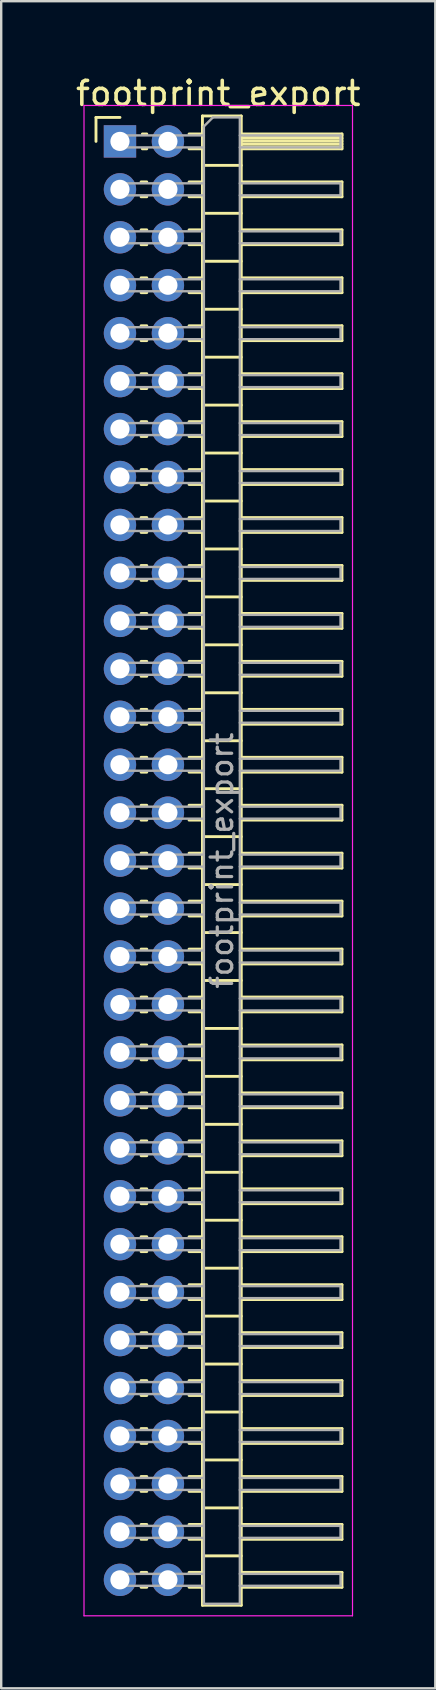
<source format=kicad_pcb>
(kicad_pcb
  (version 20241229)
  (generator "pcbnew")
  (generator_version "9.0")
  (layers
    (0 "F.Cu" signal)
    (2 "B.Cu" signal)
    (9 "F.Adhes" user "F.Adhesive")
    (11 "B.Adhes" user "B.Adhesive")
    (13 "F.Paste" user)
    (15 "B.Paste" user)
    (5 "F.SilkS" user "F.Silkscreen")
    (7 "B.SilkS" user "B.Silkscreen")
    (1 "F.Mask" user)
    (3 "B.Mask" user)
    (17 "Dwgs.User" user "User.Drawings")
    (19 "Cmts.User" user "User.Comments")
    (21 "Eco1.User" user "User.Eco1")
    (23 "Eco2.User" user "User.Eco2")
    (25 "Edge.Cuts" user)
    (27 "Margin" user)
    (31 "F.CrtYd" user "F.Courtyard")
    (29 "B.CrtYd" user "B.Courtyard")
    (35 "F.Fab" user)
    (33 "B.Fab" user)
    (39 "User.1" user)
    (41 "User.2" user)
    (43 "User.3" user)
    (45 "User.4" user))
  (footprint "footprint_export"
    (layer "F.Cu")
    (at 1.954 2.848)
    (property "Reference" "footprint_export" (at 4.1 -2 0) (layer "F.SilkS") (effects (font (size 1 1) (thickness 0.15))))
    (attr through_hole)
    (fp_line (start -1 -1) (end 0 -1) (stroke (width 0.12) (type solid)) (layer "F.SilkS"))
    (fp_line (start -1 0) (end -1 -1) (stroke (width 0.12) (type solid)) (layer "F.SilkS"))
    (fp_line (start 0.882 1.69) (end 1.118 1.69) (stroke (width 0.12) (type solid)) (layer "F.SilkS"))
    (fp_line (start 0.882 2.31) (end 1.118 2.31) (stroke (width 0.12) (type solid)) (layer "F.SilkS"))
    (fp_line (start 0.882 3.69) (end 1.118 3.69) (stroke (width 0.12) (type solid)) (layer "F.SilkS"))
    (fp_line (start 0.882 4.31) (end 1.118 4.31) (stroke (width 0.12) (type solid)) (layer "F.SilkS"))
    (fp_line (start 0.882 5.69) (end 1.118 5.69) (stroke (width 0.12) (type solid)) (layer "F.SilkS"))
    (fp_line (start 0.882 6.31) (end 1.118 6.31) (stroke (width 0.12) (type solid)) (layer "F.SilkS"))
    (fp_line (start 0.882 7.69) (end 1.118 7.69) (stroke (width 0.12) (type solid)) (layer "F.SilkS"))
    (fp_line (start 0.882 8.31) (end 1.118 8.31) (stroke (width 0.12) (type solid)) (layer "F.SilkS"))
    (fp_line (start 0.882 9.69) (end 1.118 9.69) (stroke (width 0.12) (type solid)) (layer "F.SilkS"))
    (fp_line (start 0.882 10.31) (end 1.118 10.31) (stroke (width 0.12) (type solid)) (layer "F.SilkS"))
    (fp_line (start 0.882 11.69) (end 1.118 11.69) (stroke (width 0.12) (type solid)) (layer "F.SilkS"))
    (fp_line (start 0.882 12.31) (end 1.118 12.31) (stroke (width 0.12) (type solid)) (layer "F.SilkS"))
    (fp_line (start 0.882 13.69) (end 1.118 13.69) (stroke (width 0.12) (type solid)) (layer "F.SilkS"))
    (fp_line (start 0.882 14.31) (end 1.118 14.31) (stroke (width 0.12) (type solid)) (layer "F.SilkS"))
    (fp_line (start 0.882 15.69) (end 1.118 15.69) (stroke (width 0.12) (type solid)) (layer "F.SilkS"))
    (fp_line (start 0.882 16.31) (end 1.118 16.31) (stroke (width 0.12) (type solid)) (layer "F.SilkS"))
    (fp_line (start 0.882 17.69) (end 1.118 17.69) (stroke (width 0.12) (type solid)) (layer "F.SilkS"))
    (fp_line (start 0.882 18.31) (end 1.118 18.31) (stroke (width 0.12) (type solid)) (layer "F.SilkS"))
    (fp_line (start 0.882 19.69) (end 1.118 19.69) (stroke (width 0.12) (type solid)) (layer "F.SilkS"))
    (fp_line (start 0.882 20.31) (end 1.118 20.31) (stroke (width 0.12) (type solid)) (layer "F.SilkS"))
    (fp_line (start 0.882 21.69) (end 1.118 21.69) (stroke (width 0.12) (type solid)) (layer "F.SilkS"))
    (fp_line (start 0.882 22.31) (end 1.118 22.31) (stroke (width 0.12) (type solid)) (layer "F.SilkS"))
    (fp_line (start 0.882 23.69) (end 1.118 23.69) (stroke (width 0.12) (type solid)) (layer "F.SilkS"))
    (fp_line (start 0.882 24.31) (end 1.118 24.31) (stroke (width 0.12) (type solid)) (layer "F.SilkS"))
    (fp_line (start 0.882 25.69) (end 1.118 25.69) (stroke (width 0.12) (type solid)) (layer "F.SilkS"))
    (fp_line (start 0.882 26.31) (end 1.118 26.31) (stroke (width 0.12) (type solid)) (layer "F.SilkS"))
    (fp_line (start 0.882 27.69) (end 1.118 27.69) (stroke (width 0.12) (type solid)) (layer "F.SilkS"))
    (fp_line (start 0.882 28.31) (end 1.118 28.31) (stroke (width 0.12) (type solid)) (layer "F.SilkS"))
    (fp_line (start 0.882 29.69) (end 1.118 29.69) (stroke (width 0.12) (type solid)) (layer "F.SilkS"))
    (fp_line (start 0.882 30.31) (end 1.118 30.31) (stroke (width 0.12) (type solid)) (layer "F.SilkS"))
    (fp_line (start 0.882 31.69) (end 1.118 31.69) (stroke (width 0.12) (type solid)) (layer "F.SilkS"))
    (fp_line (start 0.882 32.31) (end 1.118 32.31) (stroke (width 0.12) (type solid)) (layer "F.SilkS"))
    (fp_line (start 0.882 33.69) (end 1.118 33.69) (stroke (width 0.12) (type solid)) (layer "F.SilkS"))
    (fp_line (start 0.882 34.31) (end 1.118 34.31) (stroke (width 0.12) (type solid)) (layer "F.SilkS"))
    (fp_line (start 0.882 35.69) (end 1.118 35.69) (stroke (width 0.12) (type solid)) (layer "F.SilkS"))
    (fp_line (start 0.882 36.31) (end 1.118 36.31) (stroke (width 0.12) (type solid)) (layer "F.SilkS"))
    (fp_line (start 0.882 37.69) (end 1.118 37.69) (stroke (width 0.12) (type solid)) (layer "F.SilkS"))
    (fp_line (start 0.882 38.31) (end 1.118 38.31) (stroke (width 0.12) (type solid)) (layer "F.SilkS"))
    (fp_line (start 0.882 39.69) (end 1.118 39.69) (stroke (width 0.12) (type solid)) (layer "F.SilkS"))
    (fp_line (start 0.882 40.31) (end 1.118 40.31) (stroke (width 0.12) (type solid)) (layer "F.SilkS"))
    (fp_line (start 0.882 41.69) (end 1.118 41.69) (stroke (width 0.12) (type solid)) (layer "F.SilkS"))
    (fp_line (start 0.882 42.31) (end 1.118 42.31) (stroke (width 0.12) (type solid)) (layer "F.SilkS"))
    (fp_line (start 0.882 43.69) (end 1.118 43.69) (stroke (width 0.12) (type solid)) (layer "F.SilkS"))
    (fp_line (start 0.882 44.31) (end 1.118 44.31) (stroke (width 0.12) (type solid)) (layer "F.SilkS"))
    (fp_line (start 0.882 45.69) (end 1.118 45.69) (stroke (width 0.12) (type solid)) (layer "F.SilkS"))
    (fp_line (start 0.882 46.31) (end 1.118 46.31) (stroke (width 0.12) (type solid)) (layer "F.SilkS"))
    (fp_line (start 0.882 47.69) (end 1.118 47.69) (stroke (width 0.12) (type solid)) (layer "F.SilkS"))
    (fp_line (start 0.882 48.31) (end 1.118 48.31) (stroke (width 0.12) (type solid)) (layer "F.SilkS"))
    (fp_line (start 0.882 49.69) (end 1.118 49.69) (stroke (width 0.12) (type solid)) (layer "F.SilkS"))
    (fp_line (start 0.882 50.31) (end 1.118 50.31) (stroke (width 0.12) (type solid)) (layer "F.SilkS"))
    (fp_line (start 0.882 51.69) (end 1.118 51.69) (stroke (width 0.12) (type solid)) (layer "F.SilkS"))
    (fp_line (start 0.882 52.31) (end 1.118 52.31) (stroke (width 0.12) (type solid)) (layer "F.SilkS"))
    (fp_line (start 0.882 53.69) (end 1.118 53.69) (stroke (width 0.12) (type solid)) (layer "F.SilkS"))
    (fp_line (start 0.882 54.31) (end 1.118 54.31) (stroke (width 0.12) (type solid)) (layer "F.SilkS"))
    (fp_line (start 0.882 55.69) (end 1.118 55.69) (stroke (width 0.12) (type solid)) (layer "F.SilkS"))
    (fp_line (start 0.882 56.31) (end 1.118 56.31) (stroke (width 0.12) (type solid)) (layer "F.SilkS"))
    (fp_line (start 0.882 57.69) (end 1.118 57.69) (stroke (width 0.12) (type solid)) (layer "F.SilkS"))
    (fp_line (start 0.882 58.31) (end 1.118 58.31) (stroke (width 0.12) (type solid)) (layer "F.SilkS"))
    (fp_line (start 0.882 59.69) (end 1.118 59.69) (stroke (width 0.12) (type solid)) (layer "F.SilkS"))
    (fp_line (start 0.882 60.31) (end 1.118 60.31) (stroke (width 0.12) (type solid)) (layer "F.SilkS"))
    (fp_line (start 0.935 -0.31) (end 1.118 -0.31) (stroke (width 0.12) (type solid)) (layer "F.SilkS"))
    (fp_line (start 0.935 0.31) (end 1.118 0.31) (stroke (width 0.12) (type solid)) (layer "F.SilkS"))
    (fp_line (start 2.882 -0.31) (end 3.44 -0.31) (stroke (width 0.12) (type solid)) (layer "F.SilkS"))
    (fp_line (start 2.882 0.31) (end 3.44 0.31) (stroke (width 0.12) (type solid)) (layer "F.SilkS"))
    (fp_line (start 2.882 1.69) (end 3.44 1.69) (stroke (width 0.12) (type solid)) (layer "F.SilkS"))
    (fp_line (start 2.882 2.31) (end 3.44 2.31) (stroke (width 0.12) (type solid)) (layer "F.SilkS"))
    (fp_line (start 2.882 3.69) (end 3.44 3.69) (stroke (width 0.12) (type solid)) (layer "F.SilkS"))
    (fp_line (start 2.882 4.31) (end 3.44 4.31) (stroke (width 0.12) (type solid)) (layer "F.SilkS"))
    (fp_line (start 2.882 5.69) (end 3.44 5.69) (stroke (width 0.12) (type solid)) (layer "F.SilkS"))
    (fp_line (start 2.882 6.31) (end 3.44 6.31) (stroke (width 0.12) (type solid)) (layer "F.SilkS"))
    (fp_line (start 2.882 7.69) (end 3.44 7.69) (stroke (width 0.12) (type solid)) (layer "F.SilkS"))
    (fp_line (start 2.882 8.31) (end 3.44 8.31) (stroke (width 0.12) (type solid)) (layer "F.SilkS"))
    (fp_line (start 2.882 9.69) (end 3.44 9.69) (stroke (width 0.12) (type solid)) (layer "F.SilkS"))
    (fp_line (start 2.882 10.31) (end 3.44 10.31) (stroke (width 0.12) (type solid)) (layer "F.SilkS"))
    (fp_line (start 2.882 11.69) (end 3.44 11.69) (stroke (width 0.12) (type solid)) (layer "F.SilkS"))
    (fp_line (start 2.882 12.31) (end 3.44 12.31) (stroke (width 0.12) (type solid)) (layer "F.SilkS"))
    (fp_line (start 2.882 13.69) (end 3.44 13.69) (stroke (width 0.12) (type solid)) (layer "F.SilkS"))
    (fp_line (start 2.882 14.31) (end 3.44 14.31) (stroke (width 0.12) (type solid)) (layer "F.SilkS"))
    (fp_line (start 2.882 15.69) (end 3.44 15.69) (stroke (width 0.12) (type solid)) (layer "F.SilkS"))
    (fp_line (start 2.882 16.31) (end 3.44 16.31) (stroke (width 0.12) (type solid)) (layer "F.SilkS"))
    (fp_line (start 2.882 17.69) (end 3.44 17.69) (stroke (width 0.12) (type solid)) (layer "F.SilkS"))
    (fp_line (start 2.882 18.31) (end 3.44 18.31) (stroke (width 0.12) (type solid)) (layer "F.SilkS"))
    (fp_line (start 2.882 19.69) (end 3.44 19.69) (stroke (width 0.12) (type solid)) (layer "F.SilkS"))
    (fp_line (start 2.882 20.31) (end 3.44 20.31) (stroke (width 0.12) (type solid)) (layer "F.SilkS"))
    (fp_line (start 2.882 21.69) (end 3.44 21.69) (stroke (width 0.12) (type solid)) (layer "F.SilkS"))
    (fp_line (start 2.882 22.31) (end 3.44 22.31) (stroke (width 0.12) (type solid)) (layer "F.SilkS"))
    (fp_line (start 2.882 23.69) (end 3.44 23.69) (stroke (width 0.12) (type solid)) (layer "F.SilkS"))
    (fp_line (start 2.882 24.31) (end 3.44 24.31) (stroke (width 0.12) (type solid)) (layer "F.SilkS"))
    (fp_line (start 2.882 25.69) (end 3.44 25.69) (stroke (width 0.12) (type solid)) (layer "F.SilkS"))
    (fp_line (start 2.882 26.31) (end 3.44 26.31) (stroke (width 0.12) (type solid)) (layer "F.SilkS"))
    (fp_line (start 2.882 27.69) (end 3.44 27.69) (stroke (width 0.12) (type solid)) (layer "F.SilkS"))
    (fp_line (start 2.882 28.31) (end 3.44 28.31) (stroke (width 0.12) (type solid)) (layer "F.SilkS"))
    (fp_line (start 2.882 29.69) (end 3.44 29.69) (stroke (width 0.12) (type solid)) (layer "F.SilkS"))
    (fp_line (start 2.882 30.31) (end 3.44 30.31) (stroke (width 0.12) (type solid)) (layer "F.SilkS"))
    (fp_line (start 2.882 31.69) (end 3.44 31.69) (stroke (width 0.12) (type solid)) (layer "F.SilkS"))
    (fp_line (start 2.882 32.31) (end 3.44 32.31) (stroke (width 0.12) (type solid)) (layer "F.SilkS"))
    (fp_line (start 2.882 33.69) (end 3.44 33.69) (stroke (width 0.12) (type solid)) (layer "F.SilkS"))
    (fp_line (start 2.882 34.31) (end 3.44 34.31) (stroke (width 0.12) (type solid)) (layer "F.SilkS"))
    (fp_line (start 2.882 35.69) (end 3.44 35.69) (stroke (width 0.12) (type solid)) (layer "F.SilkS"))
    (fp_line (start 2.882 36.31) (end 3.44 36.31) (stroke (width 0.12) (type solid)) (layer "F.SilkS"))
    (fp_line (start 2.882 37.69) (end 3.44 37.69) (stroke (width 0.12) (type solid)) (layer "F.SilkS"))
    (fp_line (start 2.882 38.31) (end 3.44 38.31) (stroke (width 0.12) (type solid)) (layer "F.SilkS"))
    (fp_line (start 2.882 39.69) (end 3.44 39.69) (stroke (width 0.12) (type solid)) (layer "F.SilkS"))
    (fp_line (start 2.882 40.31) (end 3.44 40.31) (stroke (width 0.12) (type solid)) (layer "F.SilkS"))
    (fp_line (start 2.882 41.69) (end 3.44 41.69) (stroke (width 0.12) (type solid)) (layer "F.SilkS"))
    (fp_line (start 2.882 42.31) (end 3.44 42.31) (stroke (width 0.12) (type solid)) (layer "F.SilkS"))
    (fp_line (start 2.882 43.69) (end 3.44 43.69) (stroke (width 0.12) (type solid)) (layer "F.SilkS"))
    (fp_line (start 2.882 44.31) (end 3.44 44.31) (stroke (width 0.12) (type solid)) (layer "F.SilkS"))
    (fp_line (start 2.882 45.69) (end 3.44 45.69) (stroke (width 0.12) (type solid)) (layer "F.SilkS"))
    (fp_line (start 2.882 46.31) (end 3.44 46.31) (stroke (width 0.12) (type solid)) (layer "F.SilkS"))
    (fp_line (start 2.882 47.69) (end 3.44 47.69) (stroke (width 0.12) (type solid)) (layer "F.SilkS"))
    (fp_line (start 2.882 48.31) (end 3.44 48.31) (stroke (width 0.12) (type solid)) (layer "F.SilkS"))
    (fp_line (start 2.882 49.69) (end 3.44 49.69) (stroke (width 0.12) (type solid)) (layer "F.SilkS"))
    (fp_line (start 2.882 50.31) (end 3.44 50.31) (stroke (width 0.12) (type solid)) (layer "F.SilkS"))
    (fp_line (start 2.882 51.69) (end 3.44 51.69) (stroke (width 0.12) (type solid)) (layer "F.SilkS"))
    (fp_line (start 2.882 52.31) (end 3.44 52.31) (stroke (width 0.12) (type solid)) (layer "F.SilkS"))
    (fp_line (start 2.882 53.69) (end 3.44 53.69) (stroke (width 0.12) (type solid)) (layer "F.SilkS"))
    (fp_line (start 2.882 54.31) (end 3.44 54.31) (stroke (width 0.12) (type solid)) (layer "F.SilkS"))
    (fp_line (start 2.882 55.69) (end 3.44 55.69) (stroke (width 0.12) (type solid)) (layer "F.SilkS"))
    (fp_line (start 2.882 56.31) (end 3.44 56.31) (stroke (width 0.12) (type solid)) (layer "F.SilkS"))
    (fp_line (start 2.882 57.69) (end 3.44 57.69) (stroke (width 0.12) (type solid)) (layer "F.SilkS"))
    (fp_line (start 2.882 58.31) (end 3.44 58.31) (stroke (width 0.12) (type solid)) (layer "F.SilkS"))
    (fp_line (start 2.882 59.69) (end 3.44 59.69) (stroke (width 0.12) (type solid)) (layer "F.SilkS"))
    (fp_line (start 2.882 60.31) (end 3.44 60.31) (stroke (width 0.12) (type solid)) (layer "F.SilkS"))
    (fp_line (start 3.44 -1.06) (end 3.44 61.06) (stroke (width 0.12) (type solid)) (layer "F.SilkS"))
    (fp_line (start 3.44 1) (end 5.06 1) (stroke (width 0.12) (type solid)) (layer "F.SilkS"))
    (fp_line (start 3.44 3) (end 5.06 3) (stroke (width 0.12) (type solid)) (layer "F.SilkS"))
    (fp_line (start 3.44 5) (end 5.06 5) (stroke (width 0.12) (type solid)) (layer "F.SilkS"))
    (fp_line (start 3.44 7) (end 5.06 7) (stroke (width 0.12) (type solid)) (layer "F.SilkS"))
    (fp_line (start 3.44 9) (end 5.06 9) (stroke (width 0.12) (type solid)) (layer "F.SilkS"))
    (fp_line (start 3.44 11) (end 5.06 11) (stroke (width 0.12) (type solid)) (layer "F.SilkS"))
    (fp_line (start 3.44 13) (end 5.06 13) (stroke (width 0.12) (type solid)) (layer "F.SilkS"))
    (fp_line (start 3.44 15) (end 5.06 15) (stroke (width 0.12) (type solid)) (layer "F.SilkS"))
    (fp_line (start 3.44 17) (end 5.06 17) (stroke (width 0.12) (type solid)) (layer "F.SilkS"))
    (fp_line (start 3.44 19) (end 5.06 19) (stroke (width 0.12) (type solid)) (layer "F.SilkS"))
    (fp_line (start 3.44 21) (end 5.06 21) (stroke (width 0.12) (type solid)) (layer "F.SilkS"))
    (fp_line (start 3.44 23) (end 5.06 23) (stroke (width 0.12) (type solid)) (layer "F.SilkS"))
    (fp_line (start 3.44 25) (end 5.06 25) (stroke (width 0.12) (type solid)) (layer "F.SilkS"))
    (fp_line (start 3.44 27) (end 5.06 27) (stroke (width 0.12) (type solid)) (layer "F.SilkS"))
    (fp_line (start 3.44 29) (end 5.06 29) (stroke (width 0.12) (type solid)) (layer "F.SilkS"))
    (fp_line (start 3.44 31) (end 5.06 31) (stroke (width 0.12) (type solid)) (layer "F.SilkS"))
    (fp_line (start 3.44 33) (end 5.06 33) (stroke (width 0.12) (type solid)) (layer "F.SilkS"))
    (fp_line (start 3.44 35) (end 5.06 35) (stroke (width 0.12) (type solid)) (layer "F.SilkS"))
    (fp_line (start 3.44 37) (end 5.06 37) (stroke (width 0.12) (type solid)) (layer "F.SilkS"))
    (fp_line (start 3.44 39) (end 5.06 39) (stroke (width 0.12) (type solid)) (layer "F.SilkS"))
    (fp_line (start 3.44 41) (end 5.06 41) (stroke (width 0.12) (type solid)) (layer "F.SilkS"))
    (fp_line (start 3.44 43) (end 5.06 43) (stroke (width 0.12) (type solid)) (layer "F.SilkS"))
    (fp_line (start 3.44 45) (end 5.06 45) (stroke (width 0.12) (type solid)) (layer "F.SilkS"))
    (fp_line (start 3.44 47) (end 5.06 47) (stroke (width 0.12) (type solid)) (layer "F.SilkS"))
    (fp_line (start 3.44 49) (end 5.06 49) (stroke (width 0.12) (type solid)) (layer "F.SilkS"))
    (fp_line (start 3.44 51) (end 5.06 51) (stroke (width 0.12) (type solid)) (layer "F.SilkS"))
    (fp_line (start 3.44 53) (end 5.06 53) (stroke (width 0.12) (type solid)) (layer "F.SilkS"))
    (fp_line (start 3.44 55) (end 5.06 55) (stroke (width 0.12) (type solid)) (layer "F.SilkS"))
    (fp_line (start 3.44 57) (end 5.06 57) (stroke (width 0.12) (type solid)) (layer "F.SilkS"))
    (fp_line (start 3.44 59) (end 5.06 59) (stroke (width 0.12) (type solid)) (layer "F.SilkS"))
    (fp_line (start 3.44 61.06) (end 5.06 61.06) (stroke (width 0.12) (type solid)) (layer "F.SilkS"))
    (fp_line (start 5.06 -1.06) (end 3.44 -1.06) (stroke (width 0.12) (type solid)) (layer "F.SilkS"))
    (fp_line (start 5.06 -0.31) (end 9.26 -0.31) (stroke (width 0.12) (type solid)) (layer "F.SilkS"))
    (fp_line (start 5.06 -0.25) (end 9.26 -0.25) (stroke (width 0.12) (type solid)) (layer "F.SilkS"))
    (fp_line (start 5.06 -0.13) (end 9.26 -0.13) (stroke (width 0.12) (type solid)) (layer "F.SilkS"))
    (fp_line (start 5.06 -0.01) (end 9.26 -0.01) (stroke (width 0.12) (type solid)) (layer "F.SilkS"))
    (fp_line (start 5.06 0.11) (end 9.26 0.11) (stroke (width 0.12) (type solid)) (layer "F.SilkS"))
    (fp_line (start 5.06 0.23) (end 9.26 0.23) (stroke (width 0.12) (type solid)) (layer "F.SilkS"))
    (fp_line (start 5.06 1.69) (end 9.26 1.69) (stroke (width 0.12) (type solid)) (layer "F.SilkS"))
    (fp_line (start 5.06 3.69) (end 9.26 3.69) (stroke (width 0.12) (type solid)) (layer "F.SilkS"))
    (fp_line (start 5.06 5.69) (end 9.26 5.69) (stroke (width 0.12) (type solid)) (layer "F.SilkS"))
    (fp_line (start 5.06 7.69) (end 9.26 7.69) (stroke (width 0.12) (type solid)) (layer "F.SilkS"))
    (fp_line (start 5.06 9.69) (end 9.26 9.69) (stroke (width 0.12) (type solid)) (layer "F.SilkS"))
    (fp_line (start 5.06 11.69) (end 9.26 11.69) (stroke (width 0.12) (type solid)) (layer "F.SilkS"))
    (fp_line (start 5.06 13.69) (end 9.26 13.69) (stroke (width 0.12) (type solid)) (layer "F.SilkS"))
    (fp_line (start 5.06 15.69) (end 9.26 15.69) (stroke (width 0.12) (type solid)) (layer "F.SilkS"))
    (fp_line (start 5.06 17.69) (end 9.26 17.69) (stroke (width 0.12) (type solid)) (layer "F.SilkS"))
    (fp_line (start 5.06 19.69) (end 9.26 19.69) (stroke (width 0.12) (type solid)) (layer "F.SilkS"))
    (fp_line (start 5.06 21.69) (end 9.26 21.69) (stroke (width 0.12) (type solid)) (layer "F.SilkS"))
    (fp_line (start 5.06 23.69) (end 9.26 23.69) (stroke (width 0.12) (type solid)) (layer "F.SilkS"))
    (fp_line (start 5.06 25.69) (end 9.26 25.69) (stroke (width 0.12) (type solid)) (layer "F.SilkS"))
    (fp_line (start 5.06 27.69) (end 9.26 27.69) (stroke (width 0.12) (type solid)) (layer "F.SilkS"))
    (fp_line (start 5.06 29.69) (end 9.26 29.69) (stroke (width 0.12) (type solid)) (layer "F.SilkS"))
    (fp_line (start 5.06 31.69) (end 9.26 31.69) (stroke (width 0.12) (type solid)) (layer "F.SilkS"))
    (fp_line (start 5.06 33.69) (end 9.26 33.69) (stroke (width 0.12) (type solid)) (layer "F.SilkS"))
    (fp_line (start 5.06 35.69) (end 9.26 35.69) (stroke (width 0.12) (type solid)) (layer "F.SilkS"))
    (fp_line (start 5.06 37.69) (end 9.26 37.69) (stroke (width 0.12) (type solid)) (layer "F.SilkS"))
    (fp_line (start 5.06 39.69) (end 9.26 39.69) (stroke (width 0.12) (type solid)) (layer "F.SilkS"))
    (fp_line (start 5.06 41.69) (end 9.26 41.69) (stroke (width 0.12) (type solid)) (layer "F.SilkS"))
    (fp_line (start 5.06 43.69) (end 9.26 43.69) (stroke (width 0.12) (type solid)) (layer "F.SilkS"))
    (fp_line (start 5.06 45.69) (end 9.26 45.69) (stroke (width 0.12) (type solid)) (layer "F.SilkS"))
    (fp_line (start 5.06 47.69) (end 9.26 47.69) (stroke (width 0.12) (type solid)) (layer "F.SilkS"))
    (fp_line (start 5.06 49.69) (end 9.26 49.69) (stroke (width 0.12) (type solid)) (layer "F.SilkS"))
    (fp_line (start 5.06 51.69) (end 9.26 51.69) (stroke (width 0.12) (type solid)) (layer "F.SilkS"))
    (fp_line (start 5.06 53.69) (end 9.26 53.69) (stroke (width 0.12) (type solid)) (layer "F.SilkS"))
    (fp_line (start 5.06 55.69) (end 9.26 55.69) (stroke (width 0.12) (type solid)) (layer "F.SilkS"))
    (fp_line (start 5.06 57.69) (end 9.26 57.69) (stroke (width 0.12) (type solid)) (layer "F.SilkS"))
    (fp_line (start 5.06 59.69) (end 9.26 59.69) (stroke (width 0.12) (type solid)) (layer "F.SilkS"))
    (fp_line (start 5.06 61.06) (end 5.06 -1.06) (stroke (width 0.12) (type solid)) (layer "F.SilkS"))
    (fp_line (start 9.26 -0.31) (end 9.26 0.31) (stroke (width 0.12) (type solid)) (layer "F.SilkS"))
    (fp_line (start 9.26 0.31) (end 5.06 0.31) (stroke (width 0.12) (type solid)) (layer "F.SilkS"))
    (fp_line (start 9.26 1.69) (end 9.26 2.31) (stroke (width 0.12) (type solid)) (layer "F.SilkS"))
    (fp_line (start 9.26 2.31) (end 5.06 2.31) (stroke (width 0.12) (type solid)) (layer "F.SilkS"))
    (fp_line (start 9.26 3.69) (end 9.26 4.31) (stroke (width 0.12) (type solid)) (layer "F.SilkS"))
    (fp_line (start 9.26 4.31) (end 5.06 4.31) (stroke (width 0.12) (type solid)) (layer "F.SilkS"))
    (fp_line (start 9.26 5.69) (end 9.26 6.31) (stroke (width 0.12) (type solid)) (layer "F.SilkS"))
    (fp_line (start 9.26 6.31) (end 5.06 6.31) (stroke (width 0.12) (type solid)) (layer "F.SilkS"))
    (fp_line (start 9.26 7.69) (end 9.26 8.31) (stroke (width 0.12) (type solid)) (layer "F.SilkS"))
    (fp_line (start 9.26 8.31) (end 5.06 8.31) (stroke (width 0.12) (type solid)) (layer "F.SilkS"))
    (fp_line (start 9.26 9.69) (end 9.26 10.31) (stroke (width 0.12) (type solid)) (layer "F.SilkS"))
    (fp_line (start 9.26 10.31) (end 5.06 10.31) (stroke (width 0.12) (type solid)) (layer "F.SilkS"))
    (fp_line (start 9.26 11.69) (end 9.26 12.31) (stroke (width 0.12) (type solid)) (layer "F.SilkS"))
    (fp_line (start 9.26 12.31) (end 5.06 12.31) (stroke (width 0.12) (type solid)) (layer "F.SilkS"))
    (fp_line (start 9.26 13.69) (end 9.26 14.31) (stroke (width 0.12) (type solid)) (layer "F.SilkS"))
    (fp_line (start 9.26 14.31) (end 5.06 14.31) (stroke (width 0.12) (type solid)) (layer "F.SilkS"))
    (fp_line (start 9.26 15.69) (end 9.26 16.31) (stroke (width 0.12) (type solid)) (layer "F.SilkS"))
    (fp_line (start 9.26 16.31) (end 5.06 16.31) (stroke (width 0.12) (type solid)) (layer "F.SilkS"))
    (fp_line (start 9.26 17.69) (end 9.26 18.31) (stroke (width 0.12) (type solid)) (layer "F.SilkS"))
    (fp_line (start 9.26 18.31) (end 5.06 18.31) (stroke (width 0.12) (type solid)) (layer "F.SilkS"))
    (fp_line (start 9.26 19.69) (end 9.26 20.31) (stroke (width 0.12) (type solid)) (layer "F.SilkS"))
    (fp_line (start 9.26 20.31) (end 5.06 20.31) (stroke (width 0.12) (type solid)) (layer "F.SilkS"))
    (fp_line (start 9.26 21.69) (end 9.26 22.31) (stroke (width 0.12) (type solid)) (layer "F.SilkS"))
    (fp_line (start 9.26 22.31) (end 5.06 22.31) (stroke (width 0.12) (type solid)) (layer "F.SilkS"))
    (fp_line (start 9.26 23.69) (end 9.26 24.31) (stroke (width 0.12) (type solid)) (layer "F.SilkS"))
    (fp_line (start 9.26 24.31) (end 5.06 24.31) (stroke (width 0.12) (type solid)) (layer "F.SilkS"))
    (fp_line (start 9.26 25.69) (end 9.26 26.31) (stroke (width 0.12) (type solid)) (layer "F.SilkS"))
    (fp_line (start 9.26 26.31) (end 5.06 26.31) (stroke (width 0.12) (type solid)) (layer "F.SilkS"))
    (fp_line (start 9.26 27.69) (end 9.26 28.31) (stroke (width 0.12) (type solid)) (layer "F.SilkS"))
    (fp_line (start 9.26 28.31) (end 5.06 28.31) (stroke (width 0.12) (type solid)) (layer "F.SilkS"))
    (fp_line (start 9.26 29.69) (end 9.26 30.31) (stroke (width 0.12) (type solid)) (layer "F.SilkS"))
    (fp_line (start 9.26 30.31) (end 5.06 30.31) (stroke (width 0.12) (type solid)) (layer "F.SilkS"))
    (fp_line (start 9.26 31.69) (end 9.26 32.31) (stroke (width 0.12) (type solid)) (layer "F.SilkS"))
    (fp_line (start 9.26 32.31) (end 5.06 32.31) (stroke (width 0.12) (type solid)) (layer "F.SilkS"))
    (fp_line (start 9.26 33.69) (end 9.26 34.31) (stroke (width 0.12) (type solid)) (layer "F.SilkS"))
    (fp_line (start 9.26 34.31) (end 5.06 34.31) (stroke (width 0.12) (type solid)) (layer "F.SilkS"))
    (fp_line (start 9.26 35.69) (end 9.26 36.31) (stroke (width 0.12) (type solid)) (layer "F.SilkS"))
    (fp_line (start 9.26 36.31) (end 5.06 36.31) (stroke (width 0.12) (type solid)) (layer "F.SilkS"))
    (fp_line (start 9.26 37.69) (end 9.26 38.31) (stroke (width 0.12) (type solid)) (layer "F.SilkS"))
    (fp_line (start 9.26 38.31) (end 5.06 38.31) (stroke (width 0.12) (type solid)) (layer "F.SilkS"))
    (fp_line (start 9.26 39.69) (end 9.26 40.31) (stroke (width 0.12) (type solid)) (layer "F.SilkS"))
    (fp_line (start 9.26 40.31) (end 5.06 40.31) (stroke (width 0.12) (type solid)) (layer "F.SilkS"))
    (fp_line (start 9.26 41.69) (end 9.26 42.31) (stroke (width 0.12) (type solid)) (layer "F.SilkS"))
    (fp_line (start 9.26 42.31) (end 5.06 42.31) (stroke (width 0.12) (type solid)) (layer "F.SilkS"))
    (fp_line (start 9.26 43.69) (end 9.26 44.31) (stroke (width 0.12) (type solid)) (layer "F.SilkS"))
    (fp_line (start 9.26 44.31) (end 5.06 44.31) (stroke (width 0.12) (type solid)) (layer "F.SilkS"))
    (fp_line (start 9.26 45.69) (end 9.26 46.31) (stroke (width 0.12) (type solid)) (layer "F.SilkS"))
    (fp_line (start 9.26 46.31) (end 5.06 46.31) (stroke (width 0.12) (type solid)) (layer "F.SilkS"))
    (fp_line (start 9.26 47.69) (end 9.26 48.31) (stroke (width 0.12) (type solid)) (layer "F.SilkS"))
    (fp_line (start 9.26 48.31) (end 5.06 48.31) (stroke (width 0.12) (type solid)) (layer "F.SilkS"))
    (fp_line (start 9.26 49.69) (end 9.26 50.31) (stroke (width 0.12) (type solid)) (layer "F.SilkS"))
    (fp_line (start 9.26 50.31) (end 5.06 50.31) (stroke (width 0.12) (type solid)) (layer "F.SilkS"))
    (fp_line (start 9.26 51.69) (end 9.26 52.31) (stroke (width 0.12) (type solid)) (layer "F.SilkS"))
    (fp_line (start 9.26 52.31) (end 5.06 52.31) (stroke (width 0.12) (type solid)) (layer "F.SilkS"))
    (fp_line (start 9.26 53.69) (end 9.26 54.31) (stroke (width 0.12) (type solid)) (layer "F.SilkS"))
    (fp_line (start 9.26 54.31) (end 5.06 54.31) (stroke (width 0.12) (type solid)) (layer "F.SilkS"))
    (fp_line (start 9.26 55.69) (end 9.26 56.31) (stroke (width 0.12) (type solid)) (layer "F.SilkS"))
    (fp_line (start 9.26 56.31) (end 5.06 56.31) (stroke (width 0.12) (type solid)) (layer "F.SilkS"))
    (fp_line (start 9.26 57.69) (end 9.26 58.31) (stroke (width 0.12) (type solid)) (layer "F.SilkS"))
    (fp_line (start 9.26 58.31) (end 5.06 58.31) (stroke (width 0.12) (type solid)) (layer "F.SilkS"))
    (fp_line (start 9.26 59.69) (end 9.26 60.31) (stroke (width 0.12) (type solid)) (layer "F.SilkS"))
    (fp_line (start 9.26 60.31) (end 5.06 60.31) (stroke (width 0.12) (type solid)) (layer "F.SilkS"))
    (fp_line (start -1.5 -1.5) (end -1.5 61.5) (stroke (width 0.05) (type solid)) (layer "F.CrtYd"))
    (fp_line (start -1.5 61.5) (end 9.7 61.5) (stroke (width 0.05) (type solid)) (layer "F.CrtYd"))
    (fp_line (start 9.7 -1.5) (end -1.5 -1.5) (stroke (width 0.05) (type solid)) (layer "F.CrtYd"))
    (fp_line (start 9.7 61.5) (end 9.7 -1.5) (stroke (width 0.05) (type solid)) (layer "F.CrtYd"))
    (fp_line (start -0.25 -0.25) (end -0.25 0.25) (stroke (width 0.1) (type solid)) (layer "F.Fab"))
    (fp_line (start -0.25 -0.25) (end 3.5 -0.25) (stroke (width 0.1) (type solid)) (layer "F.Fab"))
    (fp_line (start -0.25 0.25) (end 3.5 0.25) (stroke (width 0.1) (type solid)) (layer "F.Fab"))
    (fp_line (start -0.25 1.75) (end -0.25 2.25) (stroke (width 0.1) (type solid)) (layer "F.Fab"))
    (fp_line (start -0.25 1.75) (end 3.5 1.75) (stroke (width 0.1) (type solid)) (layer "F.Fab"))
    (fp_line (start -0.25 2.25) (end 3.5 2.25) (stroke (width 0.1) (type solid)) (layer "F.Fab"))
    (fp_line (start -0.25 3.75) (end -0.25 4.25) (stroke (width 0.1) (type solid)) (layer "F.Fab"))
    (fp_line (start -0.25 3.75) (end 3.5 3.75) (stroke (width 0.1) (type solid)) (layer "F.Fab"))
    (fp_line (start -0.25 4.25) (end 3.5 4.25) (stroke (width 0.1) (type solid)) (layer "F.Fab"))
    (fp_line (start -0.25 5.75) (end -0.25 6.25) (stroke (width 0.1) (type solid)) (layer "F.Fab"))
    (fp_line (start -0.25 5.75) (end 3.5 5.75) (stroke (width 0.1) (type solid)) (layer "F.Fab"))
    (fp_line (start -0.25 6.25) (end 3.5 6.25) (stroke (width 0.1) (type solid)) (layer "F.Fab"))
    (fp_line (start -0.25 7.75) (end -0.25 8.25) (stroke (width 0.1) (type solid)) (layer "F.Fab"))
    (fp_line (start -0.25 7.75) (end 3.5 7.75) (stroke (width 0.1) (type solid)) (layer "F.Fab"))
    (fp_line (start -0.25 8.25) (end 3.5 8.25) (stroke (width 0.1) (type solid)) (layer "F.Fab"))
    (fp_line (start -0.25 9.75) (end -0.25 10.25) (stroke (width 0.1) (type solid)) (layer "F.Fab"))
    (fp_line (start -0.25 9.75) (end 3.5 9.75) (stroke (width 0.1) (type solid)) (layer "F.Fab"))
    (fp_line (start -0.25 10.25) (end 3.5 10.25) (stroke (width 0.1) (type solid)) (layer "F.Fab"))
    (fp_line (start -0.25 11.75) (end -0.25 12.25) (stroke (width 0.1) (type solid)) (layer "F.Fab"))
    (fp_line (start -0.25 11.75) (end 3.5 11.75) (stroke (width 0.1) (type solid)) (layer "F.Fab"))
    (fp_line (start -0.25 12.25) (end 3.5 12.25) (stroke (width 0.1) (type solid)) (layer "F.Fab"))
    (fp_line (start -0.25 13.75) (end -0.25 14.25) (stroke (width 0.1) (type solid)) (layer "F.Fab"))
    (fp_line (start -0.25 13.75) (end 3.5 13.75) (stroke (width 0.1) (type solid)) (layer "F.Fab"))
    (fp_line (start -0.25 14.25) (end 3.5 14.25) (stroke (width 0.1) (type solid)) (layer "F.Fab"))
    (fp_line (start -0.25 15.75) (end -0.25 16.25) (stroke (width 0.1) (type solid)) (layer "F.Fab"))
    (fp_line (start -0.25 15.75) (end 3.5 15.75) (stroke (width 0.1) (type solid)) (layer "F.Fab"))
    (fp_line (start -0.25 16.25) (end 3.5 16.25) (stroke (width 0.1) (type solid)) (layer "F.Fab"))
    (fp_line (start -0.25 17.75) (end -0.25 18.25) (stroke (width 0.1) (type solid)) (layer "F.Fab"))
    (fp_line (start -0.25 17.75) (end 3.5 17.75) (stroke (width 0.1) (type solid)) (layer "F.Fab"))
    (fp_line (start -0.25 18.25) (end 3.5 18.25) (stroke (width 0.1) (type solid)) (layer "F.Fab"))
    (fp_line (start -0.25 19.75) (end -0.25 20.25) (stroke (width 0.1) (type solid)) (layer "F.Fab"))
    (fp_line (start -0.25 19.75) (end 3.5 19.75) (stroke (width 0.1) (type solid)) (layer "F.Fab"))
    (fp_line (start -0.25 20.25) (end 3.5 20.25) (stroke (width 0.1) (type solid)) (layer "F.Fab"))
    (fp_line (start -0.25 21.75) (end -0.25 22.25) (stroke (width 0.1) (type solid)) (layer "F.Fab"))
    (fp_line (start -0.25 21.75) (end 3.5 21.75) (stroke (width 0.1) (type solid)) (layer "F.Fab"))
    (fp_line (start -0.25 22.25) (end 3.5 22.25) (stroke (width 0.1) (type solid)) (layer "F.Fab"))
    (fp_line (start -0.25 23.75) (end -0.25 24.25) (stroke (width 0.1) (type solid)) (layer "F.Fab"))
    (fp_line (start -0.25 23.75) (end 3.5 23.75) (stroke (width 0.1) (type solid)) (layer "F.Fab"))
    (fp_line (start -0.25 24.25) (end 3.5 24.25) (stroke (width 0.1) (type solid)) (layer "F.Fab"))
    (fp_line (start -0.25 25.75) (end -0.25 26.25) (stroke (width 0.1) (type solid)) (layer "F.Fab"))
    (fp_line (start -0.25 25.75) (end 3.5 25.75) (stroke (width 0.1) (type solid)) (layer "F.Fab"))
    (fp_line (start -0.25 26.25) (end 3.5 26.25) (stroke (width 0.1) (type solid)) (layer "F.Fab"))
    (fp_line (start -0.25 27.75) (end -0.25 28.25) (stroke (width 0.1) (type solid)) (layer "F.Fab"))
    (fp_line (start -0.25 27.75) (end 3.5 27.75) (stroke (width 0.1) (type solid)) (layer "F.Fab"))
    (fp_line (start -0.25 28.25) (end 3.5 28.25) (stroke (width 0.1) (type solid)) (layer "F.Fab"))
    (fp_line (start -0.25 29.75) (end -0.25 30.25) (stroke (width 0.1) (type solid)) (layer "F.Fab"))
    (fp_line (start -0.25 29.75) (end 3.5 29.75) (stroke (width 0.1) (type solid)) (layer "F.Fab"))
    (fp_line (start -0.25 30.25) (end 3.5 30.25) (stroke (width 0.1) (type solid)) (layer "F.Fab"))
    (fp_line (start -0.25 31.75) (end -0.25 32.25) (stroke (width 0.1) (type solid)) (layer "F.Fab"))
    (fp_line (start -0.25 31.75) (end 3.5 31.75) (stroke (width 0.1) (type solid)) (layer "F.Fab"))
    (fp_line (start -0.25 32.25) (end 3.5 32.25) (stroke (width 0.1) (type solid)) (layer "F.Fab"))
    (fp_line (start -0.25 33.75) (end -0.25 34.25) (stroke (width 0.1) (type solid)) (layer "F.Fab"))
    (fp_line (start -0.25 33.75) (end 3.5 33.75) (stroke (width 0.1) (type solid)) (layer "F.Fab"))
    (fp_line (start -0.25 34.25) (end 3.5 34.25) (stroke (width 0.1) (type solid)) (layer "F.Fab"))
    (fp_line (start -0.25 35.75) (end -0.25 36.25) (stroke (width 0.1) (type solid)) (layer "F.Fab"))
    (fp_line (start -0.25 35.75) (end 3.5 35.75) (stroke (width 0.1) (type solid)) (layer "F.Fab"))
    (fp_line (start -0.25 36.25) (end 3.5 36.25) (stroke (width 0.1) (type solid)) (layer "F.Fab"))
    (fp_line (start -0.25 37.75) (end -0.25 38.25) (stroke (width 0.1) (type solid)) (layer "F.Fab"))
    (fp_line (start -0.25 37.75) (end 3.5 37.75) (stroke (width 0.1) (type solid)) (layer "F.Fab"))
    (fp_line (start -0.25 38.25) (end 3.5 38.25) (stroke (width 0.1) (type solid)) (layer "F.Fab"))
    (fp_line (start -0.25 39.75) (end -0.25 40.25) (stroke (width 0.1) (type solid)) (layer "F.Fab"))
    (fp_line (start -0.25 39.75) (end 3.5 39.75) (stroke (width 0.1) (type solid)) (layer "F.Fab"))
    (fp_line (start -0.25 40.25) (end 3.5 40.25) (stroke (width 0.1) (type solid)) (layer "F.Fab"))
    (fp_line (start -0.25 41.75) (end -0.25 42.25) (stroke (width 0.1) (type solid)) (layer "F.Fab"))
    (fp_line (start -0.25 41.75) (end 3.5 41.75) (stroke (width 0.1) (type solid)) (layer "F.Fab"))
    (fp_line (start -0.25 42.25) (end 3.5 42.25) (stroke (width 0.1) (type solid)) (layer "F.Fab"))
    (fp_line (start -0.25 43.75) (end -0.25 44.25) (stroke (width 0.1) (type solid)) (layer "F.Fab"))
    (fp_line (start -0.25 43.75) (end 3.5 43.75) (stroke (width 0.1) (type solid)) (layer "F.Fab"))
    (fp_line (start -0.25 44.25) (end 3.5 44.25) (stroke (width 0.1) (type solid)) (layer "F.Fab"))
    (fp_line (start -0.25 45.75) (end -0.25 46.25) (stroke (width 0.1) (type solid)) (layer "F.Fab"))
    (fp_line (start -0.25 45.75) (end 3.5 45.75) (stroke (width 0.1) (type solid)) (layer "F.Fab"))
    (fp_line (start -0.25 46.25) (end 3.5 46.25) (stroke (width 0.1) (type solid)) (layer "F.Fab"))
    (fp_line (start -0.25 47.75) (end -0.25 48.25) (stroke (width 0.1) (type solid)) (layer "F.Fab"))
    (fp_line (start -0.25 47.75) (end 3.5 47.75) (stroke (width 0.1) (type solid)) (layer "F.Fab"))
    (fp_line (start -0.25 48.25) (end 3.5 48.25) (stroke (width 0.1) (type solid)) (layer "F.Fab"))
    (fp_line (start -0.25 49.75) (end -0.25 50.25) (stroke (width 0.1) (type solid)) (layer "F.Fab"))
    (fp_line (start -0.25 49.75) (end 3.5 49.75) (stroke (width 0.1) (type solid)) (layer "F.Fab"))
    (fp_line (start -0.25 50.25) (end 3.5 50.25) (stroke (width 0.1) (type solid)) (layer "F.Fab"))
    (fp_line (start -0.25 51.75) (end -0.25 52.25) (stroke (width 0.1) (type solid)) (layer "F.Fab"))
    (fp_line (start -0.25 51.75) (end 3.5 51.75) (stroke (width 0.1) (type solid)) (layer "F.Fab"))
    (fp_line (start -0.25 52.25) (end 3.5 52.25) (stroke (width 0.1) (type solid)) (layer "F.Fab"))
    (fp_line (start -0.25 53.75) (end -0.25 54.25) (stroke (width 0.1) (type solid)) (layer "F.Fab"))
    (fp_line (start -0.25 53.75) (end 3.5 53.75) (stroke (width 0.1) (type solid)) (layer "F.Fab"))
    (fp_line (start -0.25 54.25) (end 3.5 54.25) (stroke (width 0.1) (type solid)) (layer "F.Fab"))
    (fp_line (start -0.25 55.75) (end -0.25 56.25) (stroke (width 0.1) (type solid)) (layer "F.Fab"))
    (fp_line (start -0.25 55.75) (end 3.5 55.75) (stroke (width 0.1) (type solid)) (layer "F.Fab"))
    (fp_line (start -0.25 56.25) (end 3.5 56.25) (stroke (width 0.1) (type solid)) (layer "F.Fab"))
    (fp_line (start -0.25 57.75) (end -0.25 58.25) (stroke (width 0.1) (type solid)) (layer "F.Fab"))
    (fp_line (start -0.25 57.75) (end 3.5 57.75) (stroke (width 0.1) (type solid)) (layer "F.Fab"))
    (fp_line (start -0.25 58.25) (end 3.5 58.25) (stroke (width 0.1) (type solid)) (layer "F.Fab"))
    (fp_line (start -0.25 59.75) (end -0.25 60.25) (stroke (width 0.1) (type solid)) (layer "F.Fab"))
    (fp_line (start -0.25 59.75) (end 3.5 59.75) (stroke (width 0.1) (type solid)) (layer "F.Fab"))
    (fp_line (start -0.25 60.25) (end 3.5 60.25) (stroke (width 0.1) (type solid)) (layer "F.Fab"))
    (fp_line (start 3.5 -0.625) (end 3.875 -1) (stroke (width 0.1) (type solid)) (layer "F.Fab"))
    (fp_line (start 3.5 61) (end 3.5 -0.625) (stroke (width 0.1) (type solid)) (layer "F.Fab"))
    (fp_line (start 3.875 -1) (end 5 -1) (stroke (width 0.1) (type solid)) (layer "F.Fab"))
    (fp_line (start 5 -1) (end 5 61) (stroke (width 0.1) (type solid)) (layer "F.Fab"))
    (fp_line (start 5 -0.25) (end 9.2 -0.25) (stroke (width 0.1) (type solid)) (layer "F.Fab"))
    (fp_line (start 5 0.25) (end 9.2 0.25) (stroke (width 0.1) (type solid)) (layer "F.Fab"))
    (fp_line (start 5 1.75) (end 9.2 1.75) (stroke (width 0.1) (type solid)) (layer "F.Fab"))
    (fp_line (start 5 2.25) (end 9.2 2.25) (stroke (width 0.1) (type solid)) (layer "F.Fab"))
    (fp_line (start 5 3.75) (end 9.2 3.75) (stroke (width 0.1) (type solid)) (layer "F.Fab"))
    (fp_line (start 5 4.25) (end 9.2 4.25) (stroke (width 0.1) (type solid)) (layer "F.Fab"))
    (fp_line (start 5 5.75) (end 9.2 5.75) (stroke (width 0.1) (type solid)) (layer "F.Fab"))
    (fp_line (start 5 6.25) (end 9.2 6.25) (stroke (width 0.1) (type solid)) (layer "F.Fab"))
    (fp_line (start 5 7.75) (end 9.2 7.75) (stroke (width 0.1) (type solid)) (layer "F.Fab"))
    (fp_line (start 5 8.25) (end 9.2 8.25) (stroke (width 0.1) (type solid)) (layer "F.Fab"))
    (fp_line (start 5 9.75) (end 9.2 9.75) (stroke (width 0.1) (type solid)) (layer "F.Fab"))
    (fp_line (start 5 10.25) (end 9.2 10.25) (stroke (width 0.1) (type solid)) (layer "F.Fab"))
    (fp_line (start 5 11.75) (end 9.2 11.75) (stroke (width 0.1) (type solid)) (layer "F.Fab"))
    (fp_line (start 5 12.25) (end 9.2 12.25) (stroke (width 0.1) (type solid)) (layer "F.Fab"))
    (fp_line (start 5 13.75) (end 9.2 13.75) (stroke (width 0.1) (type solid)) (layer "F.Fab"))
    (fp_line (start 5 14.25) (end 9.2 14.25) (stroke (width 0.1) (type solid)) (layer "F.Fab"))
    (fp_line (start 5 15.75) (end 9.2 15.75) (stroke (width 0.1) (type solid)) (layer "F.Fab"))
    (fp_line (start 5 16.25) (end 9.2 16.25) (stroke (width 0.1) (type solid)) (layer "F.Fab"))
    (fp_line (start 5 17.75) (end 9.2 17.75) (stroke (width 0.1) (type solid)) (layer "F.Fab"))
    (fp_line (start 5 18.25) (end 9.2 18.25) (stroke (width 0.1) (type solid)) (layer "F.Fab"))
    (fp_line (start 5 19.75) (end 9.2 19.75) (stroke (width 0.1) (type solid)) (layer "F.Fab"))
    (fp_line (start 5 20.25) (end 9.2 20.25) (stroke (width 0.1) (type solid)) (layer "F.Fab"))
    (fp_line (start 5 21.75) (end 9.2 21.75) (stroke (width 0.1) (type solid)) (layer "F.Fab"))
    (fp_line (start 5 22.25) (end 9.2 22.25) (stroke (width 0.1) (type solid)) (layer "F.Fab"))
    (fp_line (start 5 23.75) (end 9.2 23.75) (stroke (width 0.1) (type solid)) (layer "F.Fab"))
    (fp_line (start 5 24.25) (end 9.2 24.25) (stroke (width 0.1) (type solid)) (layer "F.Fab"))
    (fp_line (start 5 25.75) (end 9.2 25.75) (stroke (width 0.1) (type solid)) (layer "F.Fab"))
    (fp_line (start 5 26.25) (end 9.2 26.25) (stroke (width 0.1) (type solid)) (layer "F.Fab"))
    (fp_line (start 5 27.75) (end 9.2 27.75) (stroke (width 0.1) (type solid)) (layer "F.Fab"))
    (fp_line (start 5 28.25) (end 9.2 28.25) (stroke (width 0.1) (type solid)) (layer "F.Fab"))
    (fp_line (start 5 29.75) (end 9.2 29.75) (stroke (width 0.1) (type solid)) (layer "F.Fab"))
    (fp_line (start 5 30.25) (end 9.2 30.25) (stroke (width 0.1) (type solid)) (layer "F.Fab"))
    (fp_line (start 5 31.75) (end 9.2 31.75) (stroke (width 0.1) (type solid)) (layer "F.Fab"))
    (fp_line (start 5 32.25) (end 9.2 32.25) (stroke (width 0.1) (type solid)) (layer "F.Fab"))
    (fp_line (start 5 33.75) (end 9.2 33.75) (stroke (width 0.1) (type solid)) (layer "F.Fab"))
    (fp_line (start 5 34.25) (end 9.2 34.25) (stroke (width 0.1) (type solid)) (layer "F.Fab"))
    (fp_line (start 5 35.75) (end 9.2 35.75) (stroke (width 0.1) (type solid)) (layer "F.Fab"))
    (fp_line (start 5 36.25) (end 9.2 36.25) (stroke (width 0.1) (type solid)) (layer "F.Fab"))
    (fp_line (start 5 37.75) (end 9.2 37.75) (stroke (width 0.1) (type solid)) (layer "F.Fab"))
    (fp_line (start 5 38.25) (end 9.2 38.25) (stroke (width 0.1) (type solid)) (layer "F.Fab"))
    (fp_line (start 5 39.75) (end 9.2 39.75) (stroke (width 0.1) (type solid)) (layer "F.Fab"))
    (fp_line (start 5 40.25) (end 9.2 40.25) (stroke (width 0.1) (type solid)) (layer "F.Fab"))
    (fp_line (start 5 41.75) (end 9.2 41.75) (stroke (width 0.1) (type solid)) (layer "F.Fab"))
    (fp_line (start 5 42.25) (end 9.2 42.25) (stroke (width 0.1) (type solid)) (layer "F.Fab"))
    (fp_line (start 5 43.75) (end 9.2 43.75) (stroke (width 0.1) (type solid)) (layer "F.Fab"))
    (fp_line (start 5 44.25) (end 9.2 44.25) (stroke (width 0.1) (type solid)) (layer "F.Fab"))
    (fp_line (start 5 45.75) (end 9.2 45.75) (stroke (width 0.1) (type solid)) (layer "F.Fab"))
    (fp_line (start 5 46.25) (end 9.2 46.25) (stroke (width 0.1) (type solid)) (layer "F.Fab"))
    (fp_line (start 5 47.75) (end 9.2 47.75) (stroke (width 0.1) (type solid)) (layer "F.Fab"))
    (fp_line (start 5 48.25) (end 9.2 48.25) (stroke (width 0.1) (type solid)) (layer "F.Fab"))
    (fp_line (start 5 49.75) (end 9.2 49.75) (stroke (width 0.1) (type solid)) (layer "F.Fab"))
    (fp_line (start 5 50.25) (end 9.2 50.25) (stroke (width 0.1) (type solid)) (layer "F.Fab"))
    (fp_line (start 5 51.75) (end 9.2 51.75) (stroke (width 0.1) (type solid)) (layer "F.Fab"))
    (fp_line (start 5 52.25) (end 9.2 52.25) (stroke (width 0.1) (type solid)) (layer "F.Fab"))
    (fp_line (start 5 53.75) (end 9.2 53.75) (stroke (width 0.1) (type solid)) (layer "F.Fab"))
    (fp_line (start 5 54.25) (end 9.2 54.25) (stroke (width 0.1) (type solid)) (layer "F.Fab"))
    (fp_line (start 5 55.75) (end 9.2 55.75) (stroke (width 0.1) (type solid)) (layer "F.Fab"))
    (fp_line (start 5 56.25) (end 9.2 56.25) (stroke (width 0.1) (type solid)) (layer "F.Fab"))
    (fp_line (start 5 57.75) (end 9.2 57.75) (stroke (width 0.1) (type solid)) (layer "F.Fab"))
    (fp_line (start 5 58.25) (end 9.2 58.25) (stroke (width 0.1) (type solid)) (layer "F.Fab"))
    (fp_line (start 5 59.75) (end 9.2 59.75) (stroke (width 0.1) (type solid)) (layer "F.Fab"))
    (fp_line (start 5 60.25) (end 9.2 60.25) (stroke (width 0.1) (type solid)) (layer "F.Fab"))
    (fp_line (start 5 61) (end 3.5 61) (stroke (width 0.1) (type solid)) (layer "F.Fab"))
    (fp_line (start 9.2 -0.25) (end 9.2 0.25) (stroke (width 0.1) (type solid)) (layer "F.Fab"))
    (fp_line (start 9.2 1.75) (end 9.2 2.25) (stroke (width 0.1) (type solid)) (layer "F.Fab"))
    (fp_line (start 9.2 3.75) (end 9.2 4.25) (stroke (width 0.1) (type solid)) (layer "F.Fab"))
    (fp_line (start 9.2 5.75) (end 9.2 6.25) (stroke (width 0.1) (type solid)) (layer "F.Fab"))
    (fp_line (start 9.2 7.75) (end 9.2 8.25) (stroke (width 0.1) (type solid)) (layer "F.Fab"))
    (fp_line (start 9.2 9.75) (end 9.2 10.25) (stroke (width 0.1) (type solid)) (layer "F.Fab"))
    (fp_line (start 9.2 11.75) (end 9.2 12.25) (stroke (width 0.1) (type solid)) (layer "F.Fab"))
    (fp_line (start 9.2 13.75) (end 9.2 14.25) (stroke (width 0.1) (type solid)) (layer "F.Fab"))
    (fp_line (start 9.2 15.75) (end 9.2 16.25) (stroke (width 0.1) (type solid)) (layer "F.Fab"))
    (fp_line (start 9.2 17.75) (end 9.2 18.25) (stroke (width 0.1) (type solid)) (layer "F.Fab"))
    (fp_line (start 9.2 19.75) (end 9.2 20.25) (stroke (width 0.1) (type solid)) (layer "F.Fab"))
    (fp_line (start 9.2 21.75) (end 9.2 22.25) (stroke (width 0.1) (type solid)) (layer "F.Fab"))
    (fp_line (start 9.2 23.75) (end 9.2 24.25) (stroke (width 0.1) (type solid)) (layer "F.Fab"))
    (fp_line (start 9.2 25.75) (end 9.2 26.25) (stroke (width 0.1) (type solid)) (layer "F.Fab"))
    (fp_line (start 9.2 27.75) (end 9.2 28.25) (stroke (width 0.1) (type solid)) (layer "F.Fab"))
    (fp_line (start 9.2 29.75) (end 9.2 30.25) (stroke (width 0.1) (type solid)) (layer "F.Fab"))
    (fp_line (start 9.2 31.75) (end 9.2 32.25) (stroke (width 0.1) (type solid)) (layer "F.Fab"))
    (fp_line (start 9.2 33.75) (end 9.2 34.25) (stroke (width 0.1) (type solid)) (layer "F.Fab"))
    (fp_line (start 9.2 35.75) (end 9.2 36.25) (stroke (width 0.1) (type solid)) (layer "F.Fab"))
    (fp_line (start 9.2 37.75) (end 9.2 38.25) (stroke (width 0.1) (type solid)) (layer "F.Fab"))
    (fp_line (start 9.2 39.75) (end 9.2 40.25) (stroke (width 0.1) (type solid)) (layer "F.Fab"))
    (fp_line (start 9.2 41.75) (end 9.2 42.25) (stroke (width 0.1) (type solid)) (layer "F.Fab"))
    (fp_line (start 9.2 43.75) (end 9.2 44.25) (stroke (width 0.1) (type solid)) (layer "F.Fab"))
    (fp_line (start 9.2 45.75) (end 9.2 46.25) (stroke (width 0.1) (type solid)) (layer "F.Fab"))
    (fp_line (start 9.2 47.75) (end 9.2 48.25) (stroke (width 0.1) (type solid)) (layer "F.Fab"))
    (fp_line (start 9.2 49.75) (end 9.2 50.25) (stroke (width 0.1) (type solid)) (layer "F.Fab"))
    (fp_line (start 9.2 51.75) (end 9.2 52.25) (stroke (width 0.1) (type solid)) (layer "F.Fab"))
    (fp_line (start 9.2 53.75) (end 9.2 54.25) (stroke (width 0.1) (type solid)) (layer "F.Fab"))
    (fp_line (start 9.2 55.75) (end 9.2 56.25) (stroke (width 0.1) (type solid)) (layer "F.Fab"))
    (fp_line (start 9.2 57.75) (end 9.2 58.25) (stroke (width 0.1) (type solid)) (layer "F.Fab"))
    (fp_line (start 9.2 59.75) (end 9.2 60.25) (stroke (width 0.1) (type solid)) (layer "F.Fab"))
    (fp_text user "${REFERENCE}" (at 4.25 30 90) (layer "F.Fab") (effects (font (size 0.9 0.9) (thickness 0.135))))
    (pad "1" thru_hole rect (at 0 0) (size 1.35 1.35) (drill 0.8) (layers "*.Cu" "*.Mask"))
    (pad "2" thru_hole oval (at 2 0) (size 1.35 1.35) (drill 0.8) (layers "*.Cu" "*.Mask"))
    (pad "3" thru_hole oval (at 0 2) (size 1.35 1.35) (drill 0.8) (layers "*.Cu" "*.Mask"))
    (pad "4" thru_hole oval (at 2 2) (size 1.35 1.35) (drill 0.8) (layers "*.Cu" "*.Mask"))
    (pad "5" thru_hole oval (at 0 4) (size 1.35 1.35) (drill 0.8) (layers "*.Cu" "*.Mask"))
    (pad "6" thru_hole oval (at 2 4) (size 1.35 1.35) (drill 0.8) (layers "*.Cu" "*.Mask"))
    (pad "7" thru_hole oval (at 0 6) (size 1.35 1.35) (drill 0.8) (layers "*.Cu" "*.Mask"))
    (pad "8" thru_hole oval (at 2 6) (size 1.35 1.35) (drill 0.8) (layers "*.Cu" "*.Mask"))
    (pad "9" thru_hole oval (at 0 8) (size 1.35 1.35) (drill 0.8) (layers "*.Cu" "*.Mask"))
    (pad "10" thru_hole oval (at 2 8) (size 1.35 1.35) (drill 0.8) (layers "*.Cu" "*.Mask"))
    (pad "11" thru_hole oval (at 0 10) (size 1.35 1.35) (drill 0.8) (layers "*.Cu" "*.Mask"))
    (pad "12" thru_hole oval (at 2 10) (size 1.35 1.35) (drill 0.8) (layers "*.Cu" "*.Mask"))
    (pad "13" thru_hole oval (at 0 12) (size 1.35 1.35) (drill 0.8) (layers "*.Cu" "*.Mask"))
    (pad "14" thru_hole oval (at 2 12) (size 1.35 1.35) (drill 0.8) (layers "*.Cu" "*.Mask"))
    (pad "15" thru_hole oval (at 0 14) (size 1.35 1.35) (drill 0.8) (layers "*.Cu" "*.Mask"))
    (pad "16" thru_hole oval (at 2 14) (size 1.35 1.35) (drill 0.8) (layers "*.Cu" "*.Mask"))
    (pad "17" thru_hole oval (at 0 16) (size 1.35 1.35) (drill 0.8) (layers "*.Cu" "*.Mask"))
    (pad "18" thru_hole oval (at 2 16) (size 1.35 1.35) (drill 0.8) (layers "*.Cu" "*.Mask"))
    (pad "19" thru_hole oval (at 0 18) (size 1.35 1.35) (drill 0.8) (layers "*.Cu" "*.Mask"))
    (pad "20" thru_hole oval (at 2 18) (size 1.35 1.35) (drill 0.8) (layers "*.Cu" "*.Mask"))
    (pad "21" thru_hole oval (at 0 20) (size 1.35 1.35) (drill 0.8) (layers "*.Cu" "*.Mask"))
    (pad "22" thru_hole oval (at 2 20) (size 1.35 1.35) (drill 0.8) (layers "*.Cu" "*.Mask"))
    (pad "23" thru_hole oval (at 0 22) (size 1.35 1.35) (drill 0.8) (layers "*.Cu" "*.Mask"))
    (pad "24" thru_hole oval (at 2 22) (size 1.35 1.35) (drill 0.8) (layers "*.Cu" "*.Mask"))
    (pad "25" thru_hole oval (at 0 24) (size 1.35 1.35) (drill 0.8) (layers "*.Cu" "*.Mask"))
    (pad "26" thru_hole oval (at 2 24) (size 1.35 1.35) (drill 0.8) (layers "*.Cu" "*.Mask"))
    (pad "27" thru_hole oval (at 0 26) (size 1.35 1.35) (drill 0.8) (layers "*.Cu" "*.Mask"))
    (pad "28" thru_hole oval (at 2 26) (size 1.35 1.35) (drill 0.8) (layers "*.Cu" "*.Mask"))
    (pad "29" thru_hole oval (at 0 28) (size 1.35 1.35) (drill 0.8) (layers "*.Cu" "*.Mask"))
    (pad "30" thru_hole oval (at 2 28) (size 1.35 1.35) (drill 0.8) (layers "*.Cu" "*.Mask"))
    (pad "31" thru_hole oval (at 0 30) (size 1.35 1.35) (drill 0.8) (layers "*.Cu" "*.Mask"))
    (pad "32" thru_hole oval (at 2 30) (size 1.35 1.35) (drill 0.8) (layers "*.Cu" "*.Mask"))
    (pad "33" thru_hole oval (at 0 32) (size 1.35 1.35) (drill 0.8) (layers "*.Cu" "*.Mask"))
    (pad "34" thru_hole oval (at 2 32) (size 1.35 1.35) (drill 0.8) (layers "*.Cu" "*.Mask"))
    (pad "35" thru_hole oval (at 0 34) (size 1.35 1.35) (drill 0.8) (layers "*.Cu" "*.Mask"))
    (pad "36" thru_hole oval (at 2 34) (size 1.35 1.35) (drill 0.8) (layers "*.Cu" "*.Mask"))
    (pad "37" thru_hole oval (at 0 36) (size 1.35 1.35) (drill 0.8) (layers "*.Cu" "*.Mask"))
    (pad "38" thru_hole oval (at 2 36) (size 1.35 1.35) (drill 0.8) (layers "*.Cu" "*.Mask"))
    (pad "39" thru_hole oval (at 0 38) (size 1.35 1.35) (drill 0.8) (layers "*.Cu" "*.Mask"))
    (pad "40" thru_hole oval (at 2 38) (size 1.35 1.35) (drill 0.8) (layers "*.Cu" "*.Mask"))
    (pad "41" thru_hole oval (at 0 40) (size 1.35 1.35) (drill 0.8) (layers "*.Cu" "*.Mask"))
    (pad "42" thru_hole oval (at 2 40) (size 1.35 1.35) (drill 0.8) (layers "*.Cu" "*.Mask"))
    (pad "43" thru_hole oval (at 0 42) (size 1.35 1.35) (drill 0.8) (layers "*.Cu" "*.Mask"))
    (pad "44" thru_hole oval (at 2 42) (size 1.35 1.35) (drill 0.8) (layers "*.Cu" "*.Mask"))
    (pad "45" thru_hole oval (at 0 44) (size 1.35 1.35) (drill 0.8) (layers "*.Cu" "*.Mask"))
    (pad "46" thru_hole oval (at 2 44) (size 1.35 1.35) (drill 0.8) (layers "*.Cu" "*.Mask"))
    (pad "47" thru_hole oval (at 0 46) (size 1.35 1.35) (drill 0.8) (layers "*.Cu" "*.Mask"))
    (pad "48" thru_hole oval (at 2 46) (size 1.35 1.35) (drill 0.8) (layers "*.Cu" "*.Mask"))
    (pad "49" thru_hole oval (at 0 48) (size 1.35 1.35) (drill 0.8) (layers "*.Cu" "*.Mask"))
    (pad "50" thru_hole oval (at 2 48) (size 1.35 1.35) (drill 0.8) (layers "*.Cu" "*.Mask"))
    (pad "51" thru_hole oval (at 0 50) (size 1.35 1.35) (drill 0.8) (layers "*.Cu" "*.Mask"))
    (pad "52" thru_hole oval (at 2 50) (size 1.35 1.35) (drill 0.8) (layers "*.Cu" "*.Mask"))
    (pad "53" thru_hole oval (at 0 52) (size 1.35 1.35) (drill 0.8) (layers "*.Cu" "*.Mask"))
    (pad "54" thru_hole oval (at 2 52) (size 1.35 1.35) (drill 0.8) (layers "*.Cu" "*.Mask"))
    (pad "55" thru_hole oval (at 0 54) (size 1.35 1.35) (drill 0.8) (layers "*.Cu" "*.Mask"))
    (pad "56" thru_hole oval (at 2 54) (size 1.35 1.35) (drill 0.8) (layers "*.Cu" "*.Mask"))
    (pad "57" thru_hole oval (at 0 56) (size 1.35 1.35) (drill 0.8) (layers "*.Cu" "*.Mask"))
    (pad "58" thru_hole oval (at 2 56) (size 1.35 1.35) (drill 0.8) (layers "*.Cu" "*.Mask"))
    (pad "59" thru_hole oval (at 0 58) (size 1.35 1.35) (drill 0.8) (layers "*.Cu" "*.Mask"))
    (pad "60" thru_hole oval (at 2 58) (size 1.35 1.35) (drill 0.8) (layers "*.Cu" "*.Mask"))
    (pad "61" thru_hole oval (at 0 60) (size 1.35 1.35) (drill 0.8) (layers "*.Cu" "*.Mask"))
    (pad "62" thru_hole oval (at 2 60) (size 1.35 1.35) (drill 0.8) (layers "*.Cu" "*.Mask")))
  (gr_rect
    (start -3 -3)
    (end 15.107 67.373)
    (stroke (width 0.1) (type default))
    (fill no)
    (layer "Edge.Cuts")))
</source>
